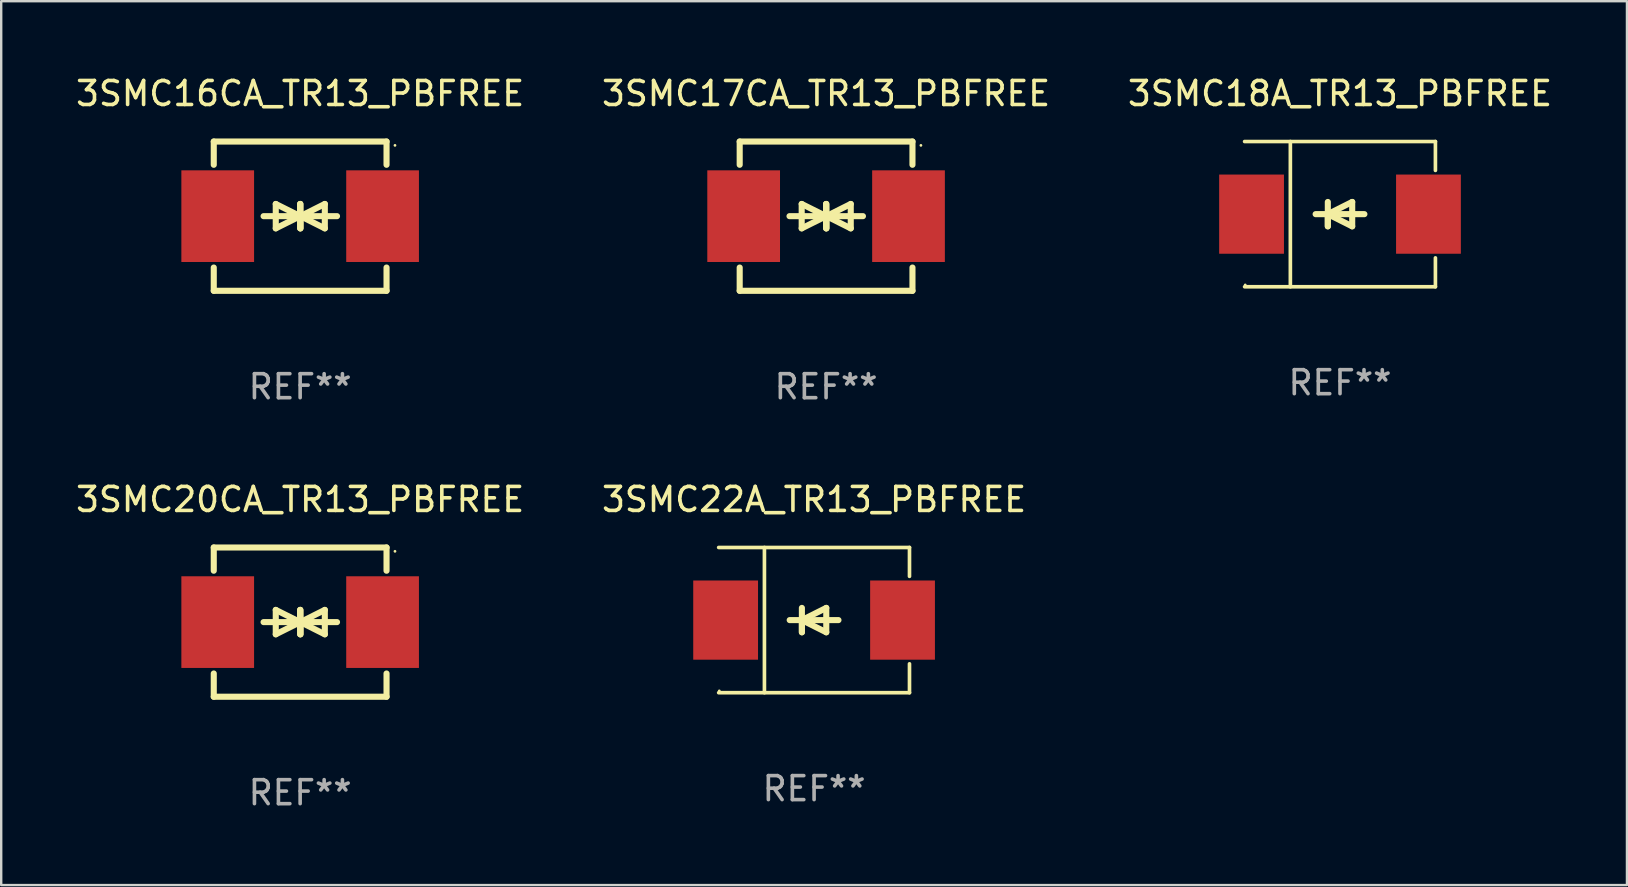
<source format=kicad_pcb>
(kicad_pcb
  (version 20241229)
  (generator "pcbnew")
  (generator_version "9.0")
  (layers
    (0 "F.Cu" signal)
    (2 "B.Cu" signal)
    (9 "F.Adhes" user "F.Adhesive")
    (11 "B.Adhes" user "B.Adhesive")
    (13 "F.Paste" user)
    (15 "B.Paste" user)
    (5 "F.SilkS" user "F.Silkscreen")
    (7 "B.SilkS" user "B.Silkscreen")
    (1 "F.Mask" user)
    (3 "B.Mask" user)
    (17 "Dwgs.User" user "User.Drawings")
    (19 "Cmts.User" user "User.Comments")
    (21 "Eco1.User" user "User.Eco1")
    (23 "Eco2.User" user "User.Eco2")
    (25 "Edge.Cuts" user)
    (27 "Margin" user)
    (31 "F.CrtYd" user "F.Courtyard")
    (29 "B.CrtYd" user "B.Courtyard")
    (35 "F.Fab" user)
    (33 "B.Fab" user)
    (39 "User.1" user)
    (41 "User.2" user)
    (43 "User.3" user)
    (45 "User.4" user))
  (footprint "3SMC18A_TR13_PBFREE"
    (layer "F.Cu")
    (at 52.792 5.874)
    (property "Reference" "3SMC18A_TR13_PBFREE" (at 0 -5.026 0) (layer "F.SilkS") (effects (font (size 1 1) (thickness 0.15))))
    (attr through_hole)
    (fp_line (start -3.976 -3.026) (end 3.976 -3.026) (stroke (width 0.152) (type solid)) (layer "F.SilkS"))
    (fp_line (start -3.976 3.026) (end 3.976 3.026) (stroke (width 0.152) (type solid)) (layer "F.SilkS"))
    (fp_line (start -2.069 -3.026) (end -2.069 3.026) (stroke (width 0.152) (type solid)) (layer "F.SilkS"))
    (fp_line (start -0.508 0) (end -0.508 0.508) (stroke (width 0.254) (type solid)) (layer "F.SilkS"))
    (fp_line (start -0.508 0) (end 0.508 0.508) (stroke (width 0.254) (type solid)) (layer "F.SilkS"))
    (fp_line (start -0.508 0.508) (end -0.508 -0.508) (stroke (width 0.254) (type solid)) (layer "F.SilkS"))
    (fp_line (start 0.508 -0.508) (end -0.508 0) (stroke (width 0.254) (type solid)) (layer "F.SilkS"))
    (fp_line (start 0.508 0.508) (end 0.508 -0.508) (stroke (width 0.254) (type solid)) (layer "F.SilkS"))
    (fp_line (start 1.016 0) (end -1.016 0) (stroke (width 0.254) (type solid)) (layer "F.SilkS"))
    (fp_line (start 3.976 -3.026) (end 3.976 -1.823) (stroke (width 0.152) (type solid)) (layer "F.SilkS"))
    (fp_line (start 3.976 3.026) (end 3.976 1.823) (stroke (width 0.152) (type solid)) (layer "F.SilkS"))
    (fp_circle (center -3.95 2.95) (end -3.92 2.95) (stroke (width 0.06) (type solid)) (fill no) (layer "F.SilkS"))
    (fp_text user "REF**" (at 0 7.026 0) (layer "F.Fab") (effects (font (size 1 1) (thickness 0.15))))
    (pad "1" smd rect (at -3.686 0) (size 2.7 3.3) (layers "F.Cu" "F.Mask" "F.Paste"))
    (pad "2" smd rect (at 3.686 0) (size 2.7 3.3) (layers "F.Cu" "F.Mask" "F.Paste")))
  (footprint "3SMC16CA_TR13_PBFREE"
    (layer "F.Cu")
    (at 9.458 5.958)
    (property "Reference" "3SMC16CA_TR13_PBFREE" (at 0 -5.11 0) (layer "F.SilkS") (effects (font (size 1 1) (thickness 0.15))))
    (attr through_hole)
    (fp_line (start -3.6 -2.141) (end -3.6 -3.11) (stroke (width 0.254) (type solid)) (layer "F.SilkS"))
    (fp_line (start -3.6 3.11) (end -3.6 2.141) (stroke (width 0.254) (type solid)) (layer "F.SilkS"))
    (fp_line (start -1.524 0) (end 0.508 0) (stroke (width 0.254) (type solid)) (layer "F.SilkS"))
    (fp_line (start -1.016 -0.508) (end -1.016 0.508) (stroke (width 0.254) (type solid)) (layer "F.SilkS"))
    (fp_line (start -1.016 0.508) (end 0 0) (stroke (width 0.254) (type solid)) (layer "F.SilkS"))
    (fp_line (start 0 -0.508) (end 0 0.508) (stroke (width 0.254) (type solid)) (layer "F.SilkS"))
    (fp_line (start 0 0) (end -1.016 -0.508) (stroke (width 0.254) (type solid)) (layer "F.SilkS"))
    (fp_line (start 0 0) (end 0 -0.508) (stroke (width 0.254) (type solid)) (layer "F.SilkS"))
    (fp_line (start 0.012 0) (end 0.012 0.508) (stroke (width 0.254) (type solid)) (layer "F.SilkS"))
    (fp_line (start 0.012 0) (end 1.028 0.508) (stroke (width 0.254) (type solid)) (layer "F.SilkS"))
    (fp_line (start 0.012 0.508) (end 0.012 -0.508) (stroke (width 0.254) (type solid)) (layer "F.SilkS"))
    (fp_line (start 1.028 -0.508) (end 0.012 0) (stroke (width 0.254) (type solid)) (layer "F.SilkS"))
    (fp_line (start 1.028 0.508) (end 1.028 -0.508) (stroke (width 0.254) (type solid)) (layer "F.SilkS"))
    (fp_line (start 1.536 0) (end -0.496 0) (stroke (width 0.254) (type solid)) (layer "F.SilkS"))
    (fp_line (start 3.6 -3.11) (end -3.6 -3.11) (stroke (width 0.254) (type solid)) (layer "F.SilkS"))
    (fp_line (start 3.6 -2.141) (end 3.6 -3.11) (stroke (width 0.254) (type solid)) (layer "F.SilkS"))
    (fp_line (start 3.6 3.11) (end -3.6 3.11) (stroke (width 0.254) (type solid)) (layer "F.SilkS"))
    (fp_line (start 3.6 3.11) (end 3.6 2.141) (stroke (width 0.254) (type solid)) (layer "F.SilkS"))
    (fp_circle (center 3.952 -2.95) (end 3.982 -2.95) (stroke (width 0.06) (type solid)) (fill no) (layer "F.SilkS"))
    (fp_text user "REF**" (at 0 7.11 0) (layer "F.Fab") (effects (font (size 1 1) (thickness 0.15))))
    (pad "1" smd rect (at 3.435 0) (size 3.03 3.82) (layers "F.Cu" "F.Mask" "F.Paste"))
    (pad "2" smd rect (at -3.435 0) (size 3.03 3.82) (layers "F.Cu" "F.Mask" "F.Paste")))
  (footprint "3SMC17CA_TR13_PBFREE"
    (layer "F.Cu")
    (at 31.375 5.958)
    (property "Reference" "3SMC17CA_TR13_PBFREE" (at 0 -5.11 0) (layer "F.SilkS") (effects (font (size 1 1) (thickness 0.15))))
    (attr through_hole)
    (fp_line (start -3.6 -2.141) (end -3.6 -3.11) (stroke (width 0.254) (type solid)) (layer "F.SilkS"))
    (fp_line (start -3.6 3.11) (end -3.6 2.141) (stroke (width 0.254) (type solid)) (layer "F.SilkS"))
    (fp_line (start -1.524 0) (end 0.508 0) (stroke (width 0.254) (type solid)) (layer "F.SilkS"))
    (fp_line (start -1.016 -0.508) (end -1.016 0.508) (stroke (width 0.254) (type solid)) (layer "F.SilkS"))
    (fp_line (start -1.016 0.508) (end 0 0) (stroke (width 0.254) (type solid)) (layer "F.SilkS"))
    (fp_line (start 0 -0.508) (end 0 0.508) (stroke (width 0.254) (type solid)) (layer "F.SilkS"))
    (fp_line (start 0 0) (end -1.016 -0.508) (stroke (width 0.254) (type solid)) (layer "F.SilkS"))
    (fp_line (start 0 0) (end 0 -0.508) (stroke (width 0.254) (type solid)) (layer "F.SilkS"))
    (fp_line (start 0.012 0) (end 0.012 0.508) (stroke (width 0.254) (type solid)) (layer "F.SilkS"))
    (fp_line (start 0.012 0) (end 1.028 0.508) (stroke (width 0.254) (type solid)) (layer "F.SilkS"))
    (fp_line (start 0.012 0.508) (end 0.012 -0.508) (stroke (width 0.254) (type solid)) (layer "F.SilkS"))
    (fp_line (start 1.028 -0.508) (end 0.012 0) (stroke (width 0.254) (type solid)) (layer "F.SilkS"))
    (fp_line (start 1.028 0.508) (end 1.028 -0.508) (stroke (width 0.254) (type solid)) (layer "F.SilkS"))
    (fp_line (start 1.536 0) (end -0.496 0) (stroke (width 0.254) (type solid)) (layer "F.SilkS"))
    (fp_line (start 3.6 -3.11) (end -3.6 -3.11) (stroke (width 0.254) (type solid)) (layer "F.SilkS"))
    (fp_line (start 3.6 -2.141) (end 3.6 -3.11) (stroke (width 0.254) (type solid)) (layer "F.SilkS"))
    (fp_line (start 3.6 3.11) (end -3.6 3.11) (stroke (width 0.254) (type solid)) (layer "F.SilkS"))
    (fp_line (start 3.6 3.11) (end 3.6 2.141) (stroke (width 0.254) (type solid)) (layer "F.SilkS"))
    (fp_circle (center 3.952 -2.95) (end 3.982 -2.95) (stroke (width 0.06) (type solid)) (fill no) (layer "F.SilkS"))
    (fp_text user "REF**" (at 0 7.11 0) (layer "F.Fab") (effects (font (size 1 1) (thickness 0.15))))
    (pad "1" smd rect (at 3.435 0) (size 3.03 3.82) (layers "F.Cu" "F.Mask" "F.Paste"))
    (pad "2" smd rect (at -3.435 0) (size 3.03 3.82) (layers "F.Cu" "F.Mask" "F.Paste")))
  (footprint "3SMC20CA_TR13_PBFREE"
    (layer "F.Cu")
    (at 9.458 22.875)
    (property "Reference" "3SMC20CA_TR13_PBFREE" (at 0 -5.11 0) (layer "F.SilkS") (effects (font (size 1 1) (thickness 0.15))))
    (attr through_hole)
    (fp_line (start -3.6 -2.141) (end -3.6 -3.11) (stroke (width 0.254) (type solid)) (layer "F.SilkS"))
    (fp_line (start -3.6 3.11) (end -3.6 2.141) (stroke (width 0.254) (type solid)) (layer "F.SilkS"))
    (fp_line (start -1.524 0) (end 0.508 0) (stroke (width 0.254) (type solid)) (layer "F.SilkS"))
    (fp_line (start -1.016 -0.508) (end -1.016 0.508) (stroke (width 0.254) (type solid)) (layer "F.SilkS"))
    (fp_line (start -1.016 0.508) (end 0 0) (stroke (width 0.254) (type solid)) (layer "F.SilkS"))
    (fp_line (start 0 -0.508) (end 0 0.508) (stroke (width 0.254) (type solid)) (layer "F.SilkS"))
    (fp_line (start 0 0) (end -1.016 -0.508) (stroke (width 0.254) (type solid)) (layer "F.SilkS"))
    (fp_line (start 0 0) (end 0 -0.508) (stroke (width 0.254) (type solid)) (layer "F.SilkS"))
    (fp_line (start 0.012 0) (end 0.012 0.508) (stroke (width 0.254) (type solid)) (layer "F.SilkS"))
    (fp_line (start 0.012 0) (end 1.028 0.508) (stroke (width 0.254) (type solid)) (layer "F.SilkS"))
    (fp_line (start 0.012 0.508) (end 0.012 -0.508) (stroke (width 0.254) (type solid)) (layer "F.SilkS"))
    (fp_line (start 1.028 -0.508) (end 0.012 0) (stroke (width 0.254) (type solid)) (layer "F.SilkS"))
    (fp_line (start 1.028 0.508) (end 1.028 -0.508) (stroke (width 0.254) (type solid)) (layer "F.SilkS"))
    (fp_line (start 1.536 0) (end -0.496 0) (stroke (width 0.254) (type solid)) (layer "F.SilkS"))
    (fp_line (start 3.6 -3.11) (end -3.6 -3.11) (stroke (width 0.254) (type solid)) (layer "F.SilkS"))
    (fp_line (start 3.6 -2.141) (end 3.6 -3.11) (stroke (width 0.254) (type solid)) (layer "F.SilkS"))
    (fp_line (start 3.6 3.11) (end -3.6 3.11) (stroke (width 0.254) (type solid)) (layer "F.SilkS"))
    (fp_line (start 3.6 3.11) (end 3.6 2.141) (stroke (width 0.254) (type solid)) (layer "F.SilkS"))
    (fp_circle (center 3.952 -2.95) (end 3.982 -2.95) (stroke (width 0.06) (type solid)) (fill no) (layer "F.SilkS"))
    (fp_text user "REF**" (at 0 7.11 0) (layer "F.Fab") (effects (font (size 1 1) (thickness 0.15))))
    (pad "1" smd rect (at 3.435 0) (size 3.03 3.82) (layers "F.Cu" "F.Mask" "F.Paste"))
    (pad "2" smd rect (at -3.435 0) (size 3.03 3.82) (layers "F.Cu" "F.Mask" "F.Paste")))
  (footprint "3SMC22A_TR13_PBFREE"
    (layer "F.Cu")
    (at 30.875 22.791)
    (property "Reference" "3SMC22A_TR13_PBFREE" (at 0 -5.026 0) (layer "F.SilkS") (effects (font (size 1 1) (thickness 0.15))))
    (attr through_hole)
    (fp_line (start -3.976 -3.026) (end 3.976 -3.026) (stroke (width 0.152) (type solid)) (layer "F.SilkS"))
    (fp_line (start -3.976 3.026) (end 3.976 3.026) (stroke (width 0.152) (type solid)) (layer "F.SilkS"))
    (fp_line (start -2.069 -3.026) (end -2.069 3.026) (stroke (width 0.152) (type solid)) (layer "F.SilkS"))
    (fp_line (start -0.508 0) (end -0.508 0.508) (stroke (width 0.254) (type solid)) (layer "F.SilkS"))
    (fp_line (start -0.508 0) (end 0.508 0.508) (stroke (width 0.254) (type solid)) (layer "F.SilkS"))
    (fp_line (start -0.508 0.508) (end -0.508 -0.508) (stroke (width 0.254) (type solid)) (layer "F.SilkS"))
    (fp_line (start 0.508 -0.508) (end -0.508 0) (stroke (width 0.254) (type solid)) (layer "F.SilkS"))
    (fp_line (start 0.508 0.508) (end 0.508 -0.508) (stroke (width 0.254) (type solid)) (layer "F.SilkS"))
    (fp_line (start 1.016 0) (end -1.016 0) (stroke (width 0.254) (type solid)) (layer "F.SilkS"))
    (fp_line (start 3.976 -3.026) (end 3.976 -1.823) (stroke (width 0.152) (type solid)) (layer "F.SilkS"))
    (fp_line (start 3.976 3.026) (end 3.976 1.823) (stroke (width 0.152) (type solid)) (layer "F.SilkS"))
    (fp_circle (center -3.95 2.95) (end -3.92 2.95) (stroke (width 0.06) (type solid)) (fill no) (layer "F.SilkS"))
    (fp_text user "REF**" (at 0 7.026 0) (layer "F.Fab") (effects (font (size 1 1) (thickness 0.15))))
    (pad "1" smd rect (at -3.686 0) (size 2.7 3.3) (layers "F.Cu" "F.Mask" "F.Paste"))
    (pad "2" smd rect (at 3.686 0) (size 2.7 3.3) (layers "F.Cu" "F.Mask" "F.Paste")))
  (gr_rect
    (start -3 -3)
    (end 64.75 33.833)
    (stroke (width 0.1) (type default))
    (fill no)
    (layer "Edge.Cuts")))
</source>
